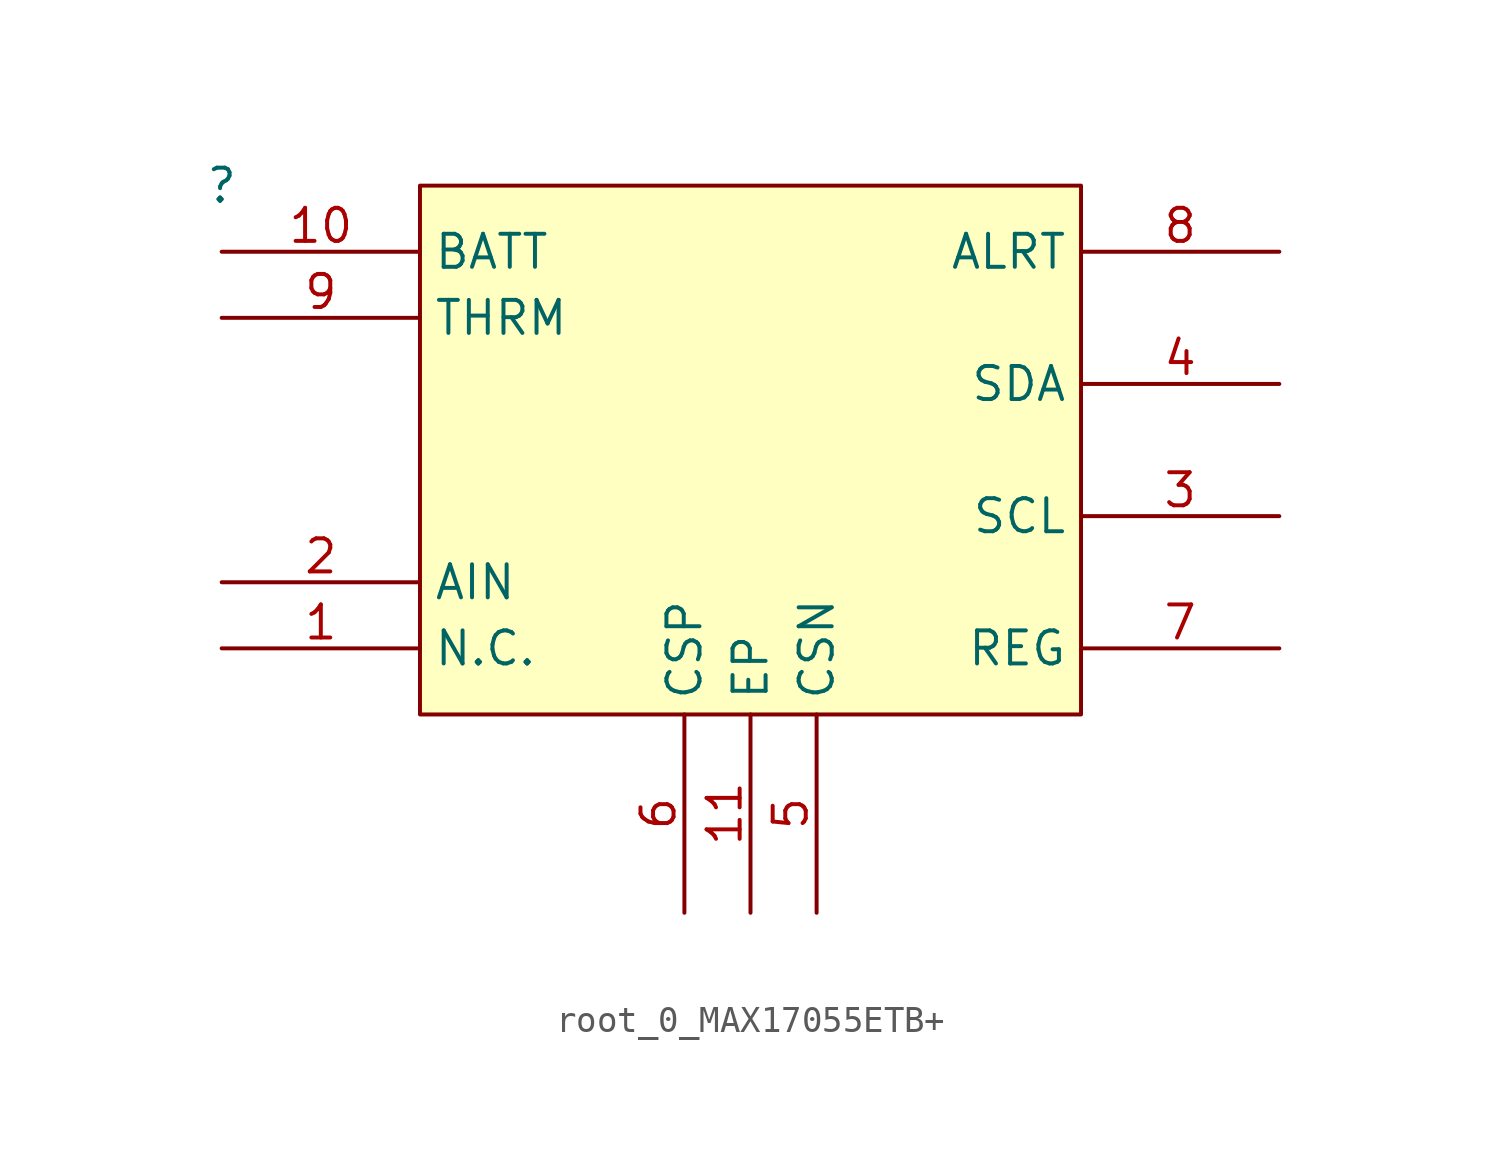
<source format=kicad_sym>
(kicad_symbol_lib
  (version 20220914)
  (generator kicad_symbol_editor)
  (symbol "root_0_MAX17055ETB+"
    (property "Reference" ""
      (at 0 0 0)
      (effects (font (size 1.27 1.27))))
    (property "Value" ""
      (at 0 0 0)
      (effects (font (size 1.27 1.27))))
    (symbol "root_0_MAX17055ETB+_1_0"
      (rectangle (start 33.02 0) (end 7.62 -20.32) (stroke (width 0) (type solid)) (fill (type background)))
      (pin passive line (at 0 -17.78 0) (length 7.62) (name "N.C." (effects (font (size 1.27 1.27)))) (number "1" (effects (font (size 1.27 1.27)))))
      (pin power_in line (at 0 -2.54 0) (length 7.62) (name "BATT" (effects (font (size 1.27 1.27)))) (number "10" (effects (font (size 1.27 1.27)))))
      (pin power_in line (at 20.32 -27.94 90) (length 7.62) (name "EP" (effects (font (size 1.27 1.27)))) (number "11" (effects (font (size 1.27 1.27)))))
      (pin input line (at 0 -15.24 0) (length 7.62) (name "AIN" (effects (font (size 1.27 1.27)))) (number "2" (effects (font (size 1.27 1.27)))))
      (pin input line (at 40.64 -12.7 180) (length 7.62) (name "SCL" (effects (font (size 1.27 1.27)))) (number "3" (effects (font (size 1.27 1.27)))))
      (pin bidirectional line (at 40.64 -7.62 180) (length 7.62) (name "SDA" (effects (font (size 1.27 1.27)))) (number "4" (effects (font (size 1.27 1.27)))))
      (pin input line (at 22.86 -27.94 90) (length 7.62) (name "CSN" (effects (font (size 1.27 1.27)))) (number "5" (effects (font (size 1.27 1.27)))))
      (pin input line (at 17.78 -27.94 90) (length 7.62) (name "CSP" (effects (font (size 1.27 1.27)))) (number "6" (effects (font (size 1.27 1.27)))))
      (pin output line (at 40.64 -17.78 180) (length 7.62) (name "REG" (effects (font (size 1.27 1.27)))) (number "7" (effects (font (size 1.27 1.27)))))
      (pin output line (at 40.64 -2.54 180) (length 7.62) (name "ALRT" (effects (font (size 1.27 1.27)))) (number "8" (effects (font (size 1.27 1.27)))))
      (pin passive line (at 0 -5.08 0) (length 7.62) (name "THRM" (effects (font (size 1.27 1.27)))) (number "9" (effects (font (size 1.27 1.27))))))))
</source>
